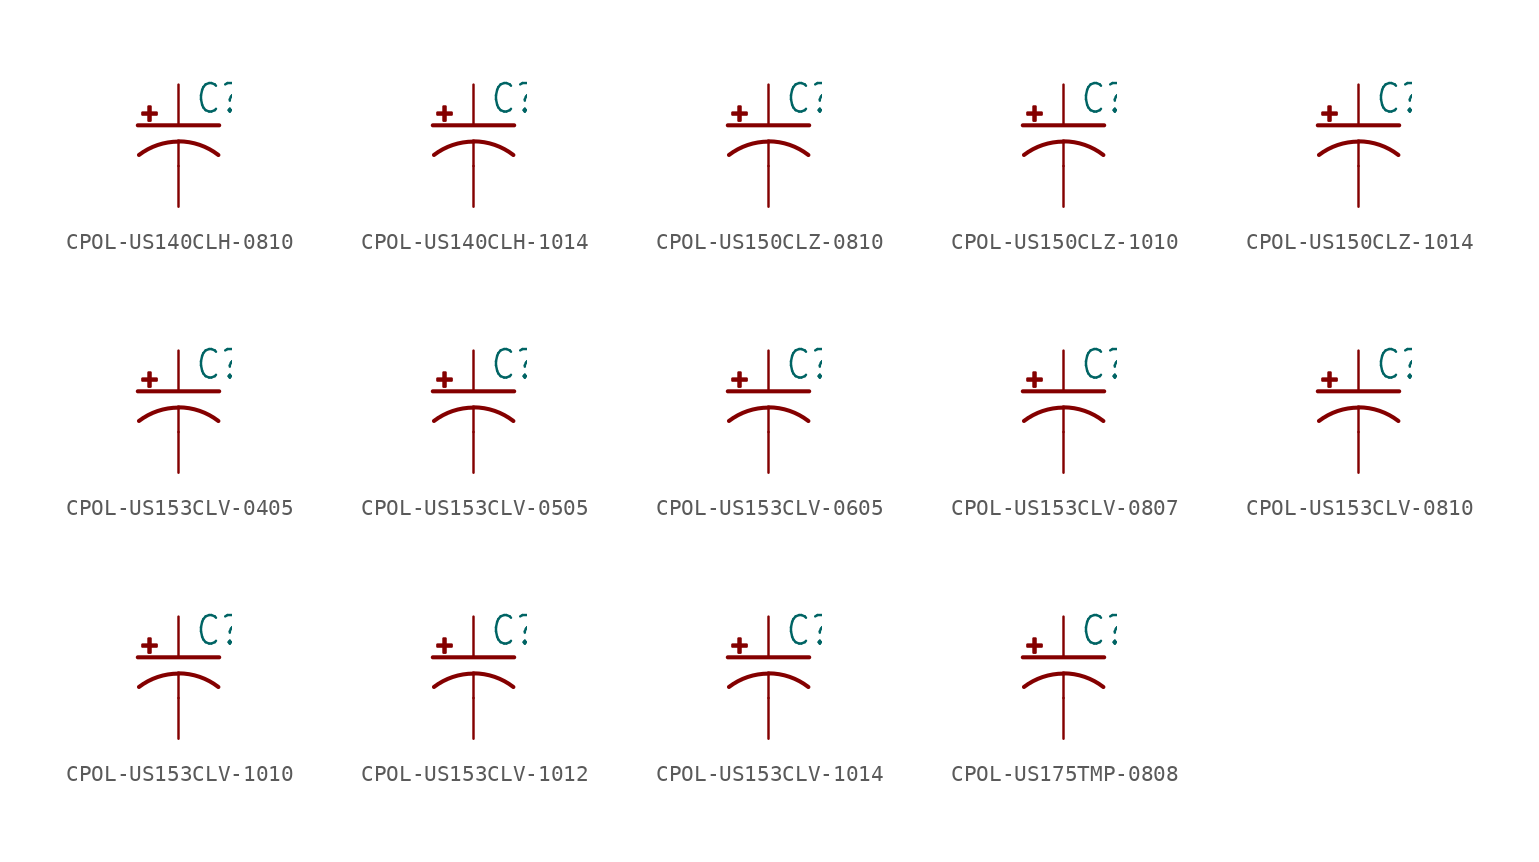
<source format=kicad_sym>
(kicad_symbol_lib
  (version 20241209)
  (generator "kicad_symbol_editor")
  (generator_version "9.0")
  (symbol "CPOL-US140CLH-0810"
    (property "Reference" "C"
      (at 1.016 0.635 0)
      (effects (font (size 1.778 1.511)) (justify left bottom)))
    (property "Value" ""
      (at 1.016 -4.191 0)
      (effects (font (size 1.778 1.511)) (justify left bottom)))
    (property "ki_locked" ""
      (at 0 0 0)
      (effects (font (size 1.27 1.27))))
    (symbol "CPOL-US140CLH-0810_1_0"
      (polyline (pts (xy -2.54 0) (xy 2.54 0)) (stroke (width 0.254) (type solid)) (fill (type none)))
      (rectangle (start -2.253 0.668) (end -1.364 0.795) (stroke (width 0) (type default)) (fill (type outline)))
      (rectangle (start -1.872 0.287) (end -1.745 1.176) (stroke (width 0) (type default)) (fill (type outline)))
      (arc (start -2.4669 -1.8504) (mid -1.3021 -1.2303) (end 0 -1.0161) (stroke (width 0.254) (type solid)) (fill (type none)))
      (polyline (pts (xy 0 -1.016) (xy 0 -2.54)) (stroke (width 0.152) (type solid)) (fill (type none)))
      (arc (start 0 -1) (mid 1.3158 -1.2195) (end 2.4892 -1.8541) (stroke (width 0.254) (type solid)) (fill (type none)))
      (pin passive line (at 0 2.54 270) (length 2.54) (name "+" (effects (font (size 0 0)))) (number "+" (effects (font (size 0 0)))))
      (pin passive line (at 0 -5.08 90) (length 2.54) (name "-" (effects (font (size 0 0)))) (number "-" (effects (font (size 0 0)))))))
  (symbol "CPOL-US140CLH-1014"
    (property "Reference" "C"
      (at 1.016 0.635 0)
      (effects (font (size 1.778 1.511)) (justify left bottom)))
    (property "Value" ""
      (at 1.016 -4.191 0)
      (effects (font (size 1.778 1.511)) (justify left bottom)))
    (property "ki_locked" ""
      (at 0 0 0)
      (effects (font (size 1.27 1.27))))
    (symbol "CPOL-US140CLH-1014_1_0"
      (polyline (pts (xy -2.54 0) (xy 2.54 0)) (stroke (width 0.254) (type solid)) (fill (type none)))
      (rectangle (start -2.253 0.668) (end -1.364 0.795) (stroke (width 0) (type default)) (fill (type outline)))
      (rectangle (start -1.872 0.287) (end -1.745 1.176) (stroke (width 0) (type default)) (fill (type outline)))
      (arc (start -2.4669 -1.8504) (mid -1.3021 -1.2303) (end 0 -1.0161) (stroke (width 0.254) (type solid)) (fill (type none)))
      (polyline (pts (xy 0 -1.016) (xy 0 -2.54)) (stroke (width 0.152) (type solid)) (fill (type none)))
      (arc (start 0 -1) (mid 1.3158 -1.2195) (end 2.4892 -1.8541) (stroke (width 0.254) (type solid)) (fill (type none)))
      (pin passive line (at 0 2.54 270) (length 2.54) (name "+" (effects (font (size 0 0)))) (number "+" (effects (font (size 0 0)))))
      (pin passive line (at 0 -5.08 90) (length 2.54) (name "-" (effects (font (size 0 0)))) (number "-" (effects (font (size 0 0)))))))
  (symbol "CPOL-US150CLZ-0810"
    (property "Reference" "C"
      (at 1.016 0.635 0)
      (effects (font (size 1.778 1.511)) (justify left bottom)))
    (property "Value" ""
      (at 1.016 -4.191 0)
      (effects (font (size 1.778 1.511)) (justify left bottom)))
    (property "ki_locked" ""
      (at 0 0 0)
      (effects (font (size 1.27 1.27))))
    (symbol "CPOL-US150CLZ-0810_1_0"
      (polyline (pts (xy -2.54 0) (xy 2.54 0)) (stroke (width 0.254) (type solid)) (fill (type none)))
      (rectangle (start -2.253 0.668) (end -1.364 0.795) (stroke (width 0) (type default)) (fill (type outline)))
      (rectangle (start -1.872 0.287) (end -1.745 1.176) (stroke (width 0) (type default)) (fill (type outline)))
      (arc (start -2.4669 -1.8504) (mid -1.3021 -1.2303) (end 0 -1.0161) (stroke (width 0.254) (type solid)) (fill (type none)))
      (polyline (pts (xy 0 -1.016) (xy 0 -2.54)) (stroke (width 0.152) (type solid)) (fill (type none)))
      (arc (start 0 -1) (mid 1.3158 -1.2195) (end 2.4892 -1.8541) (stroke (width 0.254) (type solid)) (fill (type none)))
      (pin passive line (at 0 2.54 270) (length 2.54) (name "+" (effects (font (size 0 0)))) (number "+" (effects (font (size 0 0)))))
      (pin passive line (at 0 -5.08 90) (length 2.54) (name "-" (effects (font (size 0 0)))) (number "-" (effects (font (size 0 0)))))))
  (symbol "CPOL-US150CLZ-1010"
    (property "Reference" "C"
      (at 1.016 0.635 0)
      (effects (font (size 1.778 1.511)) (justify left bottom)))
    (property "Value" ""
      (at 1.016 -4.191 0)
      (effects (font (size 1.778 1.511)) (justify left bottom)))
    (property "ki_locked" ""
      (at 0 0 0)
      (effects (font (size 1.27 1.27))))
    (symbol "CPOL-US150CLZ-1010_1_0"
      (polyline (pts (xy -2.54 0) (xy 2.54 0)) (stroke (width 0.254) (type solid)) (fill (type none)))
      (rectangle (start -2.253 0.668) (end -1.364 0.795) (stroke (width 0) (type default)) (fill (type outline)))
      (rectangle (start -1.872 0.287) (end -1.745 1.176) (stroke (width 0) (type default)) (fill (type outline)))
      (arc (start -2.4669 -1.8504) (mid -1.3021 -1.2303) (end 0 -1.0161) (stroke (width 0.254) (type solid)) (fill (type none)))
      (polyline (pts (xy 0 -1.016) (xy 0 -2.54)) (stroke (width 0.152) (type solid)) (fill (type none)))
      (arc (start 0 -1) (mid 1.3158 -1.2195) (end 2.4892 -1.8541) (stroke (width 0.254) (type solid)) (fill (type none)))
      (pin passive line (at 0 2.54 270) (length 2.54) (name "+" (effects (font (size 0 0)))) (number "+" (effects (font (size 0 0)))))
      (pin passive line (at 0 -5.08 90) (length 2.54) (name "-" (effects (font (size 0 0)))) (number "-" (effects (font (size 0 0)))))))
  (symbol "CPOL-US150CLZ-1014"
    (property "Reference" "C"
      (at 1.016 0.635 0)
      (effects (font (size 1.778 1.511)) (justify left bottom)))
    (property "Value" ""
      (at 1.016 -4.191 0)
      (effects (font (size 1.778 1.511)) (justify left bottom)))
    (property "ki_locked" ""
      (at 0 0 0)
      (effects (font (size 1.27 1.27))))
    (symbol "CPOL-US150CLZ-1014_1_0"
      (polyline (pts (xy -2.54 0) (xy 2.54 0)) (stroke (width 0.254) (type solid)) (fill (type none)))
      (rectangle (start -2.253 0.668) (end -1.364 0.795) (stroke (width 0) (type default)) (fill (type outline)))
      (rectangle (start -1.872 0.287) (end -1.745 1.176) (stroke (width 0) (type default)) (fill (type outline)))
      (arc (start -2.4669 -1.8504) (mid -1.3021 -1.2303) (end 0 -1.0161) (stroke (width 0.254) (type solid)) (fill (type none)))
      (polyline (pts (xy 0 -1.016) (xy 0 -2.54)) (stroke (width 0.152) (type solid)) (fill (type none)))
      (arc (start 0 -1) (mid 1.3158 -1.2195) (end 2.4892 -1.8541) (stroke (width 0.254) (type solid)) (fill (type none)))
      (pin passive line (at 0 2.54 270) (length 2.54) (name "+" (effects (font (size 0 0)))) (number "+" (effects (font (size 0 0)))))
      (pin passive line (at 0 -5.08 90) (length 2.54) (name "-" (effects (font (size 0 0)))) (number "-" (effects (font (size 0 0)))))))
  (symbol "CPOL-US153CLV-0405"
    (property "Reference" "C"
      (at 1.016 0.635 0)
      (effects (font (size 1.778 1.511)) (justify left bottom)))
    (property "Value" ""
      (at 1.016 -4.191 0)
      (effects (font (size 1.778 1.511)) (justify left bottom)))
    (property "ki_locked" ""
      (at 0 0 0)
      (effects (font (size 1.27 1.27))))
    (symbol "CPOL-US153CLV-0405_1_0"
      (polyline (pts (xy -2.54 0) (xy 2.54 0)) (stroke (width 0.254) (type solid)) (fill (type none)))
      (rectangle (start -2.253 0.668) (end -1.364 0.795) (stroke (width 0) (type default)) (fill (type outline)))
      (rectangle (start -1.872 0.287) (end -1.745 1.176) (stroke (width 0) (type default)) (fill (type outline)))
      (arc (start -2.4669 -1.8504) (mid -1.3021 -1.2303) (end 0 -1.0161) (stroke (width 0.254) (type solid)) (fill (type none)))
      (polyline (pts (xy 0 -1.016) (xy 0 -2.54)) (stroke (width 0.152) (type solid)) (fill (type none)))
      (arc (start 0 -1) (mid 1.3158 -1.2195) (end 2.4892 -1.8541) (stroke (width 0.254) (type solid)) (fill (type none)))
      (pin passive line (at 0 2.54 270) (length 2.54) (name "+" (effects (font (size 0 0)))) (number "+" (effects (font (size 0 0)))))
      (pin passive line (at 0 -5.08 90) (length 2.54) (name "-" (effects (font (size 0 0)))) (number "-" (effects (font (size 0 0)))))))
  (symbol "CPOL-US153CLV-0505"
    (property "Reference" "C"
      (at 1.016 0.635 0)
      (effects (font (size 1.778 1.511)) (justify left bottom)))
    (property "Value" ""
      (at 1.016 -4.191 0)
      (effects (font (size 1.778 1.511)) (justify left bottom)))
    (property "ki_locked" ""
      (at 0 0 0)
      (effects (font (size 1.27 1.27))))
    (symbol "CPOL-US153CLV-0505_1_0"
      (polyline (pts (xy -2.54 0) (xy 2.54 0)) (stroke (width 0.254) (type solid)) (fill (type none)))
      (rectangle (start -2.253 0.668) (end -1.364 0.795) (stroke (width 0) (type default)) (fill (type outline)))
      (rectangle (start -1.872 0.287) (end -1.745 1.176) (stroke (width 0) (type default)) (fill (type outline)))
      (arc (start -2.4669 -1.8504) (mid -1.3021 -1.2303) (end 0 -1.0161) (stroke (width 0.254) (type solid)) (fill (type none)))
      (polyline (pts (xy 0 -1.016) (xy 0 -2.54)) (stroke (width 0.152) (type solid)) (fill (type none)))
      (arc (start 0 -1) (mid 1.3158 -1.2195) (end 2.4892 -1.8541) (stroke (width 0.254) (type solid)) (fill (type none)))
      (pin passive line (at 0 2.54 270) (length 2.54) (name "+" (effects (font (size 0 0)))) (number "+" (effects (font (size 0 0)))))
      (pin passive line (at 0 -5.08 90) (length 2.54) (name "-" (effects (font (size 0 0)))) (number "-" (effects (font (size 0 0)))))))
  (symbol "CPOL-US153CLV-0605"
    (property "Reference" "C"
      (at 1.016 0.635 0)
      (effects (font (size 1.778 1.511)) (justify left bottom)))
    (property "Value" ""
      (at 1.016 -4.191 0)
      (effects (font (size 1.778 1.511)) (justify left bottom)))
    (property "ki_locked" ""
      (at 0 0 0)
      (effects (font (size 1.27 1.27))))
    (symbol "CPOL-US153CLV-0605_1_0"
      (polyline (pts (xy -2.54 0) (xy 2.54 0)) (stroke (width 0.254) (type solid)) (fill (type none)))
      (rectangle (start -2.253 0.668) (end -1.364 0.795) (stroke (width 0) (type default)) (fill (type outline)))
      (rectangle (start -1.872 0.287) (end -1.745 1.176) (stroke (width 0) (type default)) (fill (type outline)))
      (arc (start -2.4669 -1.8504) (mid -1.3021 -1.2303) (end 0 -1.0161) (stroke (width 0.254) (type solid)) (fill (type none)))
      (polyline (pts (xy 0 -1.016) (xy 0 -2.54)) (stroke (width 0.152) (type solid)) (fill (type none)))
      (arc (start 0 -1) (mid 1.3158 -1.2195) (end 2.4892 -1.8541) (stroke (width 0.254) (type solid)) (fill (type none)))
      (pin passive line (at 0 2.54 270) (length 2.54) (name "+" (effects (font (size 0 0)))) (number "+" (effects (font (size 0 0)))))
      (pin passive line (at 0 -5.08 90) (length 2.54) (name "-" (effects (font (size 0 0)))) (number "-" (effects (font (size 0 0)))))))
  (symbol "CPOL-US153CLV-0807"
    (property "Reference" "C"
      (at 1.016 0.635 0)
      (effects (font (size 1.778 1.511)) (justify left bottom)))
    (property "Value" ""
      (at 1.016 -4.191 0)
      (effects (font (size 1.778 1.511)) (justify left bottom)))
    (property "ki_locked" ""
      (at 0 0 0)
      (effects (font (size 1.27 1.27))))
    (symbol "CPOL-US153CLV-0807_1_0"
      (polyline (pts (xy -2.54 0) (xy 2.54 0)) (stroke (width 0.254) (type solid)) (fill (type none)))
      (rectangle (start -2.253 0.668) (end -1.364 0.795) (stroke (width 0) (type default)) (fill (type outline)))
      (rectangle (start -1.872 0.287) (end -1.745 1.176) (stroke (width 0) (type default)) (fill (type outline)))
      (arc (start -2.4669 -1.8504) (mid -1.3021 -1.2303) (end 0 -1.0161) (stroke (width 0.254) (type solid)) (fill (type none)))
      (polyline (pts (xy 0 -1.016) (xy 0 -2.54)) (stroke (width 0.152) (type solid)) (fill (type none)))
      (arc (start 0 -1) (mid 1.3158 -1.2195) (end 2.4892 -1.8541) (stroke (width 0.254) (type solid)) (fill (type none)))
      (pin passive line (at 0 2.54 270) (length 2.54) (name "+" (effects (font (size 0 0)))) (number "+" (effects (font (size 0 0)))))
      (pin passive line (at 0 -5.08 90) (length 2.54) (name "-" (effects (font (size 0 0)))) (number "-" (effects (font (size 0 0)))))))
  (symbol "CPOL-US153CLV-0810"
    (property "Reference" "C"
      (at 1.016 0.635 0)
      (effects (font (size 1.778 1.511)) (justify left bottom)))
    (property "Value" ""
      (at 1.016 -4.191 0)
      (effects (font (size 1.778 1.511)) (justify left bottom)))
    (property "ki_locked" ""
      (at 0 0 0)
      (effects (font (size 1.27 1.27))))
    (symbol "CPOL-US153CLV-0810_1_0"
      (polyline (pts (xy -2.54 0) (xy 2.54 0)) (stroke (width 0.254) (type solid)) (fill (type none)))
      (rectangle (start -2.253 0.668) (end -1.364 0.795) (stroke (width 0) (type default)) (fill (type outline)))
      (rectangle (start -1.872 0.287) (end -1.745 1.176) (stroke (width 0) (type default)) (fill (type outline)))
      (arc (start -2.4669 -1.8504) (mid -1.3021 -1.2303) (end 0 -1.0161) (stroke (width 0.254) (type solid)) (fill (type none)))
      (polyline (pts (xy 0 -1.016) (xy 0 -2.54)) (stroke (width 0.152) (type solid)) (fill (type none)))
      (arc (start 0 -1) (mid 1.3158 -1.2195) (end 2.4892 -1.8541) (stroke (width 0.254) (type solid)) (fill (type none)))
      (pin passive line (at 0 2.54 270) (length 2.54) (name "+" (effects (font (size 0 0)))) (number "+" (effects (font (size 0 0)))))
      (pin passive line (at 0 -5.08 90) (length 2.54) (name "-" (effects (font (size 0 0)))) (number "-" (effects (font (size 0 0)))))))
  (symbol "CPOL-US153CLV-1010"
    (property "Reference" "C"
      (at 1.016 0.635 0)
      (effects (font (size 1.778 1.511)) (justify left bottom)))
    (property "Value" ""
      (at 1.016 -4.191 0)
      (effects (font (size 1.778 1.511)) (justify left bottom)))
    (property "ki_locked" ""
      (at 0 0 0)
      (effects (font (size 1.27 1.27))))
    (symbol "CPOL-US153CLV-1010_1_0"
      (polyline (pts (xy -2.54 0) (xy 2.54 0)) (stroke (width 0.254) (type solid)) (fill (type none)))
      (rectangle (start -2.253 0.668) (end -1.364 0.795) (stroke (width 0) (type default)) (fill (type outline)))
      (rectangle (start -1.872 0.287) (end -1.745 1.176) (stroke (width 0) (type default)) (fill (type outline)))
      (arc (start -2.4669 -1.8504) (mid -1.3021 -1.2303) (end 0 -1.0161) (stroke (width 0.254) (type solid)) (fill (type none)))
      (polyline (pts (xy 0 -1.016) (xy 0 -2.54)) (stroke (width 0.152) (type solid)) (fill (type none)))
      (arc (start 0 -1) (mid 1.3158 -1.2195) (end 2.4892 -1.8541) (stroke (width 0.254) (type solid)) (fill (type none)))
      (pin passive line (at 0 2.54 270) (length 2.54) (name "+" (effects (font (size 0 0)))) (number "+" (effects (font (size 0 0)))))
      (pin passive line (at 0 -5.08 90) (length 2.54) (name "-" (effects (font (size 0 0)))) (number "-" (effects (font (size 0 0)))))))
  (symbol "CPOL-US153CLV-1012"
    (property "Reference" "C"
      (at 1.016 0.635 0)
      (effects (font (size 1.778 1.511)) (justify left bottom)))
    (property "Value" ""
      (at 1.016 -4.191 0)
      (effects (font (size 1.778 1.511)) (justify left bottom)))
    (property "ki_locked" ""
      (at 0 0 0)
      (effects (font (size 1.27 1.27))))
    (symbol "CPOL-US153CLV-1012_1_0"
      (polyline (pts (xy -2.54 0) (xy 2.54 0)) (stroke (width 0.254) (type solid)) (fill (type none)))
      (rectangle (start -2.253 0.668) (end -1.364 0.795) (stroke (width 0) (type default)) (fill (type outline)))
      (rectangle (start -1.872 0.287) (end -1.745 1.176) (stroke (width 0) (type default)) (fill (type outline)))
      (arc (start -2.4669 -1.8504) (mid -1.3021 -1.2303) (end 0 -1.0161) (stroke (width 0.254) (type solid)) (fill (type none)))
      (polyline (pts (xy 0 -1.016) (xy 0 -2.54)) (stroke (width 0.152) (type solid)) (fill (type none)))
      (arc (start 0 -1) (mid 1.3158 -1.2195) (end 2.4892 -1.8541) (stroke (width 0.254) (type solid)) (fill (type none)))
      (pin passive line (at 0 2.54 270) (length 2.54) (name "+" (effects (font (size 0 0)))) (number "+" (effects (font (size 0 0)))))
      (pin passive line (at 0 -5.08 90) (length 2.54) (name "-" (effects (font (size 0 0)))) (number "-" (effects (font (size 0 0)))))))
  (symbol "CPOL-US153CLV-1014"
    (property "Reference" "C"
      (at 1.016 0.635 0)
      (effects (font (size 1.778 1.511)) (justify left bottom)))
    (property "Value" ""
      (at 1.016 -4.191 0)
      (effects (font (size 1.778 1.511)) (justify left bottom)))
    (property "ki_locked" ""
      (at 0 0 0)
      (effects (font (size 1.27 1.27))))
    (symbol "CPOL-US153CLV-1014_1_0"
      (polyline (pts (xy -2.54 0) (xy 2.54 0)) (stroke (width 0.254) (type solid)) (fill (type none)))
      (rectangle (start -2.253 0.668) (end -1.364 0.795) (stroke (width 0) (type default)) (fill (type outline)))
      (rectangle (start -1.872 0.287) (end -1.745 1.176) (stroke (width 0) (type default)) (fill (type outline)))
      (arc (start -2.4669 -1.8504) (mid -1.3021 -1.2303) (end 0 -1.0161) (stroke (width 0.254) (type solid)) (fill (type none)))
      (polyline (pts (xy 0 -1.016) (xy 0 -2.54)) (stroke (width 0.152) (type solid)) (fill (type none)))
      (arc (start 0 -1) (mid 1.3158 -1.2195) (end 2.4892 -1.8541) (stroke (width 0.254) (type solid)) (fill (type none)))
      (pin passive line (at 0 2.54 270) (length 2.54) (name "+" (effects (font (size 0 0)))) (number "+" (effects (font (size 0 0)))))
      (pin passive line (at 0 -5.08 90) (length 2.54) (name "-" (effects (font (size 0 0)))) (number "-" (effects (font (size 0 0)))))))
  (symbol "CPOL-US175TMP-0808"
    (property "Reference" "C"
      (at 1.016 0.635 0)
      (effects (font (size 1.778 1.511)) (justify left bottom)))
    (property "Value" ""
      (at 1.016 -4.191 0)
      (effects (font (size 1.778 1.511)) (justify left bottom)))
    (property "ki_locked" ""
      (at 0 0 0)
      (effects (font (size 1.27 1.27))))
    (symbol "CPOL-US175TMP-0808_1_0"
      (polyline (pts (xy -2.54 0) (xy 2.54 0)) (stroke (width 0.254) (type solid)) (fill (type none)))
      (rectangle (start -2.253 0.668) (end -1.364 0.795) (stroke (width 0) (type default)) (fill (type outline)))
      (rectangle (start -1.872 0.287) (end -1.745 1.176) (stroke (width 0) (type default)) (fill (type outline)))
      (arc (start -2.4669 -1.8504) (mid -1.3021 -1.2303) (end 0 -1.0161) (stroke (width 0.254) (type solid)) (fill (type none)))
      (polyline (pts (xy 0 -1.016) (xy 0 -2.54)) (stroke (width 0.152) (type solid)) (fill (type none)))
      (arc (start 0 -1) (mid 1.3158 -1.2195) (end 2.4892 -1.8541) (stroke (width 0.254) (type solid)) (fill (type none)))
      (pin passive line (at 0 2.54 270) (length 2.54) (name "+" (effects (font (size 0 0)))) (number "+" (effects (font (size 0 0)))))
      (pin passive line (at 0 -5.08 90) (length 2.54) (name "-" (effects (font (size 0 0)))) (number "-" (effects (font (size 0 0))))))))
</source>
